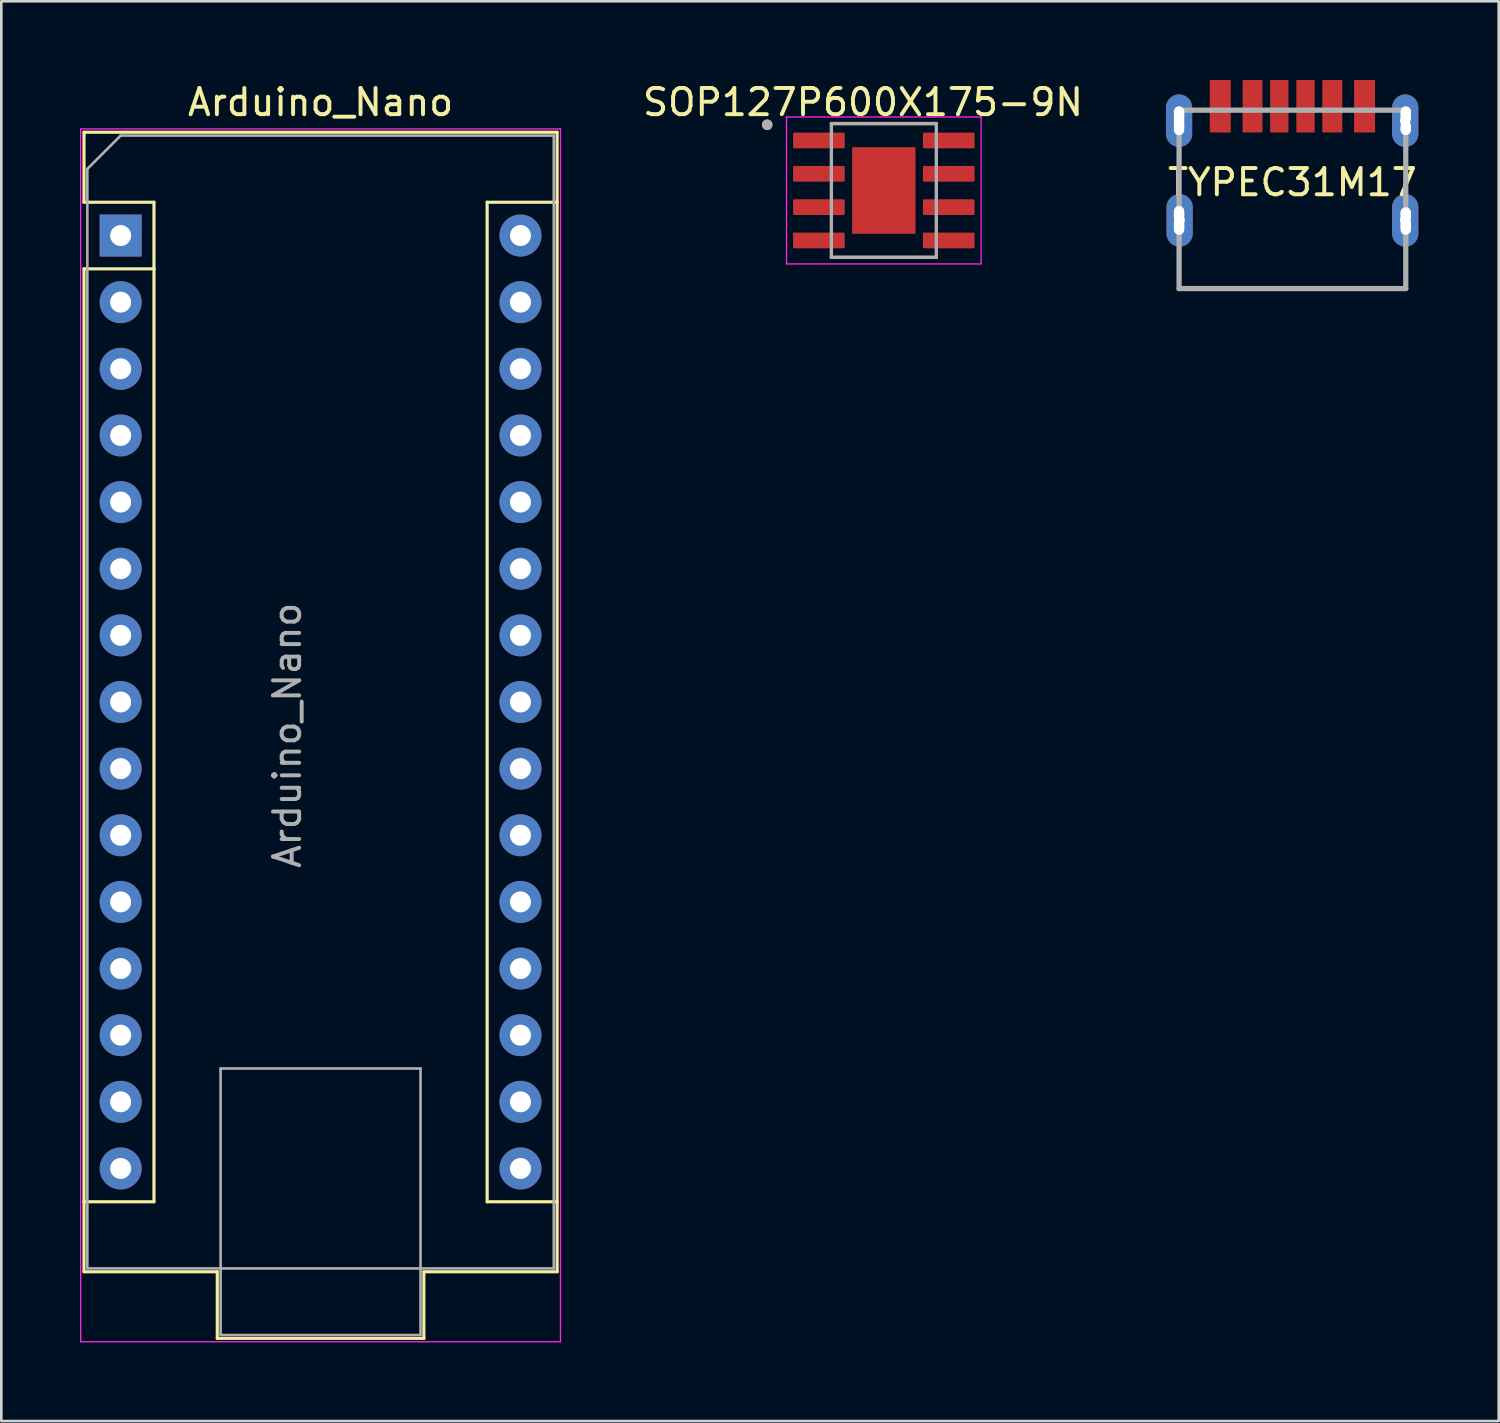
<source format=kicad_pcb>
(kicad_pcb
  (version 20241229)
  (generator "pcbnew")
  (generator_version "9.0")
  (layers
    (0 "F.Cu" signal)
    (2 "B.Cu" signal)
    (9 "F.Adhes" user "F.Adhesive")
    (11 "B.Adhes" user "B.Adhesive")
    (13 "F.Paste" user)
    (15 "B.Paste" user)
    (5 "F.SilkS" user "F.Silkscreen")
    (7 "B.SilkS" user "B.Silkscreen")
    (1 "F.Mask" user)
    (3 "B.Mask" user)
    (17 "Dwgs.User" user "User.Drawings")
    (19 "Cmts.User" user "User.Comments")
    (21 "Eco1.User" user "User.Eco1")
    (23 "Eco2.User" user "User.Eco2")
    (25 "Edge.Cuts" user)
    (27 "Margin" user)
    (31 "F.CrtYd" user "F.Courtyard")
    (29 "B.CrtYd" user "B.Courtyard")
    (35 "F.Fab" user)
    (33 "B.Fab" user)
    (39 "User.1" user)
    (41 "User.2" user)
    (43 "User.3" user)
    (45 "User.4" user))
  (footprint "SOP127P600X175-9N"
    (layer "F.Cu")
    (at 30.639 4.21)
    (property "Reference" "SOP127P600X175-9N" (at -0.795 -3.362 0) (layer "F.SilkS") (effects (font (size 1 1) (thickness 0.15))))
    (attr through_hole)
    (fp_line (start -2 -2.55) (end 2 -2.55) (stroke (width 0.127) (type solid)) (layer "F.SilkS"))
    (fp_line (start -2 2.55) (end 2 2.55) (stroke (width 0.127) (type solid)) (layer "F.SilkS"))
    (fp_circle (center -4.445 -2.505) (end -4.345 -2.505) (stroke (width 0.2) (type solid)) (fill no) (layer "F.SilkS"))
    (fp_poly (pts (xy -0.645 -0.82) (xy 0.645 -0.82) (xy 0.645 0.82) (xy -0.645 0.82)) (stroke (width 0.01) (type solid)) (fill yes) (layer "F.Paste"))
    (fp_line (start -3.71 -2.8) (end -3.71 2.8) (stroke (width 0.05) (type solid)) (layer "F.CrtYd"))
    (fp_line (start -3.71 -2.8) (end 3.71 -2.8) (stroke (width 0.05) (type solid)) (layer "F.CrtYd"))
    (fp_line (start -3.71 2.8) (end 3.71 2.8) (stroke (width 0.05) (type solid)) (layer "F.CrtYd"))
    (fp_line (start 3.71 -2.8) (end 3.71 2.8) (stroke (width 0.05) (type solid)) (layer "F.CrtYd"))
    (fp_line (start -2 -2.55) (end -2 2.55) (stroke (width 0.127) (type solid)) (layer "F.Fab"))
    (fp_line (start -2 -2.55) (end 2 -2.55) (stroke (width 0.127) (type solid)) (layer "F.Fab"))
    (fp_line (start -2 2.55) (end 2 2.55) (stroke (width 0.127) (type solid)) (layer "F.Fab"))
    (fp_line (start 2 -2.55) (end 2 2.55) (stroke (width 0.127) (type solid)) (layer "F.Fab"))
    (fp_circle (center -4.445 -2.505) (end -4.345 -2.505) (stroke (width 0.2) (type solid)) (fill no) (layer "F.Fab"))
    (pad "1" smd roundrect (at -2.475 -1.905) (size 1.97 0.6) (layers "F.Cu" "F.Mask" "F.Paste") (roundrect_rratio 0.07))
    (pad "2" smd roundrect (at -2.475 -0.635) (size 1.97 0.6) (layers "F.Cu" "F.Mask" "F.Paste") (roundrect_rratio 0.07))
    (pad "3" smd roundrect (at -2.475 0.635) (size 1.97 0.6) (layers "F.Cu" "F.Mask" "F.Paste") (roundrect_rratio 0.07))
    (pad "4" smd roundrect (at -2.475 1.905) (size 1.97 0.6) (layers "F.Cu" "F.Mask" "F.Paste") (roundrect_rratio 0.07))
    (pad "5" smd roundrect (at 2.475 1.905) (size 1.97 0.6) (layers "F.Cu" "F.Mask" "F.Paste") (roundrect_rratio 0.07))
    (pad "6" smd roundrect (at 2.475 0.635) (size 1.97 0.6) (layers "F.Cu" "F.Mask" "F.Paste") (roundrect_rratio 0.07))
    (pad "7" smd roundrect (at 2.475 -0.635) (size 1.97 0.6) (layers "F.Cu" "F.Mask" "F.Paste") (roundrect_rratio 0.07))
    (pad "8" smd roundrect (at 2.475 -1.905) (size 1.97 0.6) (layers "F.Cu" "F.Mask" "F.Paste") (roundrect_rratio 0.07))
    (pad "9" smd rect (at 0 0) (size 2.413 3.302) (layers "F.Cu" "F.Mask")))
  (footprint "Arduino_Nano"
    (layer "F.Cu")
    (at 1.549 5.928)
    (property "Reference" "Arduino_Nano" (at 7.62 -5.08 0) (layer "F.SilkS") (effects (font (size 1 1) (thickness 0.15))))
    (attr through_hole)
    (fp_line (start -1.397 -3.937) (end -1.397 -1.27) (stroke (width 0.12) (type solid)) (layer "F.SilkS"))
    (fp_line (start -1.397 1.27) (end -1.397 39.497) (stroke (width 0.12) (type solid)) (layer "F.SilkS"))
    (fp_line (start -1.397 39.497) (end 3.683 39.497) (stroke (width 0.12) (type solid)) (layer "F.SilkS"))
    (fp_line (start 1.27 -1.27) (end -1.397 -1.27) (stroke (width 0.12) (type solid)) (layer "F.SilkS"))
    (fp_line (start 1.27 1.27) (end -1.397 1.27) (stroke (width 0.12) (type solid)) (layer "F.SilkS"))
    (fp_line (start 1.27 1.27) (end 1.27 -1.27) (stroke (width 0.12) (type solid)) (layer "F.SilkS"))
    (fp_line (start 1.27 1.27) (end 1.27 36.83) (stroke (width 0.12) (type solid)) (layer "F.SilkS"))
    (fp_line (start 1.27 36.83) (end -1.4 36.83) (stroke (width 0.12) (type solid)) (layer "F.SilkS"))
    (fp_line (start 3.683 42.037) (end 3.683 39.497) (stroke (width 0.12) (type solid)) (layer "F.SilkS"))
    (fp_line (start 3.683 42.037) (end 11.557 42.037) (stroke (width 0.12) (type solid)) (layer "F.SilkS"))
    (fp_line (start 11.557 39.497) (end 16.637 39.497) (stroke (width 0.12) (type solid)) (layer "F.SilkS"))
    (fp_line (start 11.557 42.037) (end 11.557 39.497) (stroke (width 0.12) (type solid)) (layer "F.SilkS"))
    (fp_line (start 13.97 -1.27) (end 13.97 36.83) (stroke (width 0.12) (type solid)) (layer "F.SilkS"))
    (fp_line (start 13.97 -1.27) (end 16.64 -1.27) (stroke (width 0.12) (type solid)) (layer "F.SilkS"))
    (fp_line (start 13.97 36.83) (end 16.64 36.83) (stroke (width 0.12) (type solid)) (layer "F.SilkS"))
    (fp_line (start 16.637 -3.937) (end -1.397 -3.937) (stroke (width 0.12) (type solid)) (layer "F.SilkS"))
    (fp_line (start 16.637 39.497) (end 16.637 -3.937) (stroke (width 0.12) (type solid)) (layer "F.SilkS"))
    (fp_line (start -1.524 -4.064) (end -1.524 42.164) (stroke (width 0.05) (type solid)) (layer "F.CrtYd"))
    (fp_line (start -1.524 -4.064) (end 16.764 -4.064) (stroke (width 0.05) (type solid)) (layer "F.CrtYd"))
    (fp_line (start 16.764 42.164) (end -1.524 42.164) (stroke (width 0.05) (type solid)) (layer "F.CrtYd"))
    (fp_line (start 16.764 42.164) (end 16.764 -4.064) (stroke (width 0.05) (type solid)) (layer "F.CrtYd"))
    (fp_line (start -1.27 -2.54) (end 0 -3.81) (stroke (width 0.1) (type solid)) (layer "F.Fab"))
    (fp_line (start -1.27 39.37) (end -1.27 -2.54) (stroke (width 0.1) (type solid)) (layer "F.Fab"))
    (fp_line (start 0 -3.81) (end 16.51 -3.81) (stroke (width 0.1) (type solid)) (layer "F.Fab"))
    (fp_line (start 3.81 31.75) (end 11.43 31.75) (stroke (width 0.1) (type solid)) (layer "F.Fab"))
    (fp_line (start 3.81 41.91) (end 3.81 31.75) (stroke (width 0.1) (type solid)) (layer "F.Fab"))
    (fp_line (start 11.43 31.75) (end 11.43 41.91) (stroke (width 0.1) (type solid)) (layer "F.Fab"))
    (fp_line (start 11.43 41.91) (end 3.81 41.91) (stroke (width 0.1) (type solid)) (layer "F.Fab"))
    (fp_line (start 16.51 -3.81) (end 16.51 39.37) (stroke (width 0.1) (type solid)) (layer "F.Fab"))
    (fp_line (start 16.51 39.37) (end -1.27 39.37) (stroke (width 0.1) (type solid)) (layer "F.Fab"))
    (fp_text user "${REFERENCE}" (at 6.35 19.05 90) (layer "F.Fab") (effects (font (size 1 1) (thickness 0.15))))
    (pad "1" thru_hole rect (at 0 0) (size 1.6 1.6) (drill 0.8) (layers "*.Cu" "*.Mask"))
    (pad "2" thru_hole oval (at 0 2.54) (size 1.6 1.6) (drill 0.8) (layers "*.Cu" "*.Mask"))
    (pad "3" thru_hole oval (at 0 5.08) (size 1.6 1.6) (drill 0.8) (layers "*.Cu" "*.Mask"))
    (pad "4" thru_hole oval (at 0 7.62) (size 1.6 1.6) (drill 0.8) (layers "*.Cu" "*.Mask"))
    (pad "5" thru_hole oval (at 0 10.16) (size 1.6 1.6) (drill 0.8) (layers "*.Cu" "*.Mask"))
    (pad "6" thru_hole oval (at 0 12.7) (size 1.6 1.6) (drill 0.8) (layers "*.Cu" "*.Mask"))
    (pad "7" thru_hole oval (at 0 15.24) (size 1.6 1.6) (drill 0.8) (layers "*.Cu" "*.Mask"))
    (pad "8" thru_hole oval (at 0 17.78) (size 1.6 1.6) (drill 0.8) (layers "*.Cu" "*.Mask"))
    (pad "9" thru_hole oval (at 0 20.32) (size 1.6 1.6) (drill 0.8) (layers "*.Cu" "*.Mask"))
    (pad "10" thru_hole oval (at 0 22.86) (size 1.6 1.6) (drill 0.8) (layers "*.Cu" "*.Mask"))
    (pad "11" thru_hole oval (at 0 25.4) (size 1.6 1.6) (drill 0.8) (layers "*.Cu" "*.Mask"))
    (pad "12" thru_hole oval (at 0 27.94) (size 1.6 1.6) (drill 0.8) (layers "*.Cu" "*.Mask"))
    (pad "13" thru_hole oval (at 0 30.48) (size 1.6 1.6) (drill 0.8) (layers "*.Cu" "*.Mask"))
    (pad "14" thru_hole oval (at 0 33.02) (size 1.6 1.6) (drill 0.8) (layers "*.Cu" "*.Mask"))
    (pad "15" thru_hole oval (at 0 35.56) (size 1.6 1.6) (drill 0.8) (layers "*.Cu" "*.Mask"))
    (pad "16" thru_hole oval (at 15.24 35.56) (size 1.6 1.6) (drill 0.8) (layers "*.Cu" "*.Mask"))
    (pad "17" thru_hole oval (at 15.24 33.02) (size 1.6 1.6) (drill 0.8) (layers "*.Cu" "*.Mask"))
    (pad "18" thru_hole oval (at 15.24 30.48) (size 1.6 1.6) (drill 0.8) (layers "*.Cu" "*.Mask"))
    (pad "19" thru_hole oval (at 15.24 27.94) (size 1.6 1.6) (drill 0.8) (layers "*.Cu" "*.Mask"))
    (pad "20" thru_hole oval (at 15.24 25.4) (size 1.6 1.6) (drill 0.8) (layers "*.Cu" "*.Mask"))
    (pad "21" thru_hole oval (at 15.24 22.86) (size 1.6 1.6) (drill 0.8) (layers "*.Cu" "*.Mask"))
    (pad "22" thru_hole oval (at 15.24 20.32) (size 1.6 1.6) (drill 0.8) (layers "*.Cu" "*.Mask"))
    (pad "23" thru_hole oval (at 15.24 17.78) (size 1.6 1.6) (drill 0.8) (layers "*.Cu" "*.Mask"))
    (pad "24" thru_hole oval (at 15.24 15.24) (size 1.6 1.6) (drill 0.8) (layers "*.Cu" "*.Mask"))
    (pad "25" thru_hole oval (at 15.24 12.7) (size 1.6 1.6) (drill 0.8) (layers "*.Cu" "*.Mask"))
    (pad "26" thru_hole oval (at 15.24 10.16) (size 1.6 1.6) (drill 0.8) (layers "*.Cu" "*.Mask"))
    (pad "27" thru_hole oval (at 15.24 7.62) (size 1.6 1.6) (drill 0.8) (layers "*.Cu" "*.Mask"))
    (pad "28" thru_hole oval (at 15.24 5.08) (size 1.6 1.6) (drill 0.8) (layers "*.Cu" "*.Mask"))
    (pad "29" thru_hole oval (at 15.24 2.54) (size 1.6 1.6) (drill 0.8) (layers "*.Cu" "*.Mask"))
    (pad "30" thru_hole oval (at 15.24 0) (size 1.6 1.6) (drill 0.8) (layers "*.Cu" "*.Mask")))
  (footprint "TYPEC31M17"
    (layer "F.Cu")
    (at 46.213 7.95)
    (property "Reference" "TYPEC31M17" (at 0 -4.05 0) (layer "F.SilkS") (effects (font (size 1 1) (thickness 0.15))))
    (attr through_hole)
    (fp_line (start -4.32 0) (end 4.32 0) (stroke (width 0.1) (type solid)) (layer "F.SilkS"))
    (fp_line (start -4.32 -6.8) (end 4.32 -6.8) (stroke (width 0.2) (type solid)) (layer "F.Fab"))
    (fp_line (start -4.32 0) (end -4.32 -6.8) (stroke (width 0.2) (type solid)) (layer "F.Fab"))
    (fp_line (start 4.32 -6.8) (end 4.32 0) (stroke (width 0.2) (type solid)) (layer "F.Fab"))
    (fp_line (start 4.32 0) (end -4.32 0) (stroke (width 0.2) (type solid)) (layer "F.Fab"))
    (pad "" np_thru_hole circle (at -4.32 -6.75) (size 0.4 0.4) (drill 0.4) (layers "*.Cu" "*.Mask"))
    (pad "" np_thru_hole circle (at -4.32 -6.65) (size 0.4 0.4) (drill 0.4) (layers "*.Cu" "*.Mask"))
    (pad "" np_thru_hole circle (at -4.32 -6.6) (size 0.4 0.4) (drill 0.4) (layers "*.Cu" "*.Mask"))
    (pad "" np_thru_hole circle (at -4.32 -6.5) (size 0.4 0.4) (drill 0.4) (layers "*.Cu" "*.Mask"))
    (pad "" np_thru_hole circle (at -4.32 -6.3) (size 0.4 0.4) (drill 0.4) (layers "*.Cu" "*.Mask"))
    (pad "" np_thru_hole circle (at -4.32 -6.2) (size 0.4 0.4) (drill 0.4) (layers "*.Cu" "*.Mask"))
    (pad "" np_thru_hole circle (at -4.32 -6.15) (size 0.4 0.4) (drill 0.4) (layers "*.Cu" "*.Mask"))
    (pad "" np_thru_hole circle (at -4.32 -6.05) (size 0.4 0.4) (drill 0.4) (layers "*.Cu" "*.Mask"))
    (pad "" np_thru_hole circle (at -4.32 -2.95) (size 0.4 0.4) (drill 0.4) (layers "*.Cu" "*.Mask"))
    (pad "" np_thru_hole circle (at -4.32 -2.85) (size 0.4 0.4) (drill 0.4) (layers "*.Cu" "*.Mask"))
    (pad "" np_thru_hole circle (at -4.32 -2.8) (size 0.4 0.4) (drill 0.4) (layers "*.Cu" "*.Mask"))
    (pad "" np_thru_hole circle (at -4.32 -2.7) (size 0.4 0.4) (drill 0.4) (layers "*.Cu" "*.Mask"))
    (pad "" np_thru_hole circle (at -4.32 -2.5) (size 0.4 0.4) (drill 0.4) (layers "*.Cu" "*.Mask"))
    (pad "" np_thru_hole circle (at -4.32 -2.4) (size 0.4 0.4) (drill 0.4) (layers "*.Cu" "*.Mask"))
    (pad "" np_thru_hole circle (at -4.32 -2.35) (size 0.4 0.4) (drill 0.4) (layers "*.Cu" "*.Mask"))
    (pad "" np_thru_hole circle (at -4.32 -2.25) (size 0.4 0.4) (drill 0.4) (layers "*.Cu" "*.Mask"))
    (pad "" np_thru_hole circle (at 4.32 -6.75) (size 0.4 0.4) (drill 0.4) (layers "*.Cu" "*.Mask"))
    (pad "" np_thru_hole circle (at 4.32 -6.65) (size 0.4 0.4) (drill 0.4) (layers "*.Cu" "*.Mask"))
    (pad "" np_thru_hole circle (at 4.32 -6.6) (size 0.4 0.4) (drill 0.4) (layers "*.Cu" "*.Mask"))
    (pad "" np_thru_hole circle (at 4.32 -6.5) (size 0.4 0.4) (drill 0.4) (layers "*.Cu" "*.Mask"))
    (pad "" np_thru_hole circle (at 4.32 -6.2) (size 0.4 0.4) (drill 0.4) (layers "*.Cu" "*.Mask"))
    (pad "" np_thru_hole circle (at 4.32 -6.1) (size 0.4 0.4) (drill 0.4) (layers "*.Cu" "*.Mask"))
    (pad "" np_thru_hole circle (at 4.32 -6.05) (size 0.4 0.4) (drill 0.4) (layers "*.Cu" "*.Mask"))
    (pad "" np_thru_hole circle (at 4.32 -2.9) (size 0.4 0.4) (drill 0.4) (layers "*.Cu" "*.Mask"))
    (pad "" np_thru_hole circle (at 4.32 -2.85) (size 0.4 0.4) (drill 0.4) (layers "*.Cu" "*.Mask"))
    (pad "" np_thru_hole circle (at 4.32 -2.8) (size 0.4 0.4) (drill 0.4) (layers "*.Cu" "*.Mask"))
    (pad "" np_thru_hole circle (at 4.32 -2.7) (size 0.4 0.4) (drill 0.4) (layers "*.Cu" "*.Mask"))
    (pad "" np_thru_hole circle (at 4.32 -2.5) (size 0.4 0.4) (drill 0.4) (layers "*.Cu" "*.Mask"))
    (pad "" np_thru_hole circle (at 4.32 -2.4) (size 0.4 0.4) (drill 0.4) (layers "*.Cu" "*.Mask"))
    (pad "" np_thru_hole circle (at 4.32 -2.35) (size 0.4 0.4) (drill 0.4) (layers "*.Cu" "*.Mask"))
    (pad "" np_thru_hole circle (at 4.32 -2.25) (size 0.4 0.4) (drill 0.4) (layers "*.Cu" "*.Mask"))
    (pad "A5" smd rect (at -0.5 -6.95 90) (size 2 0.7) (layers "F.Cu" "F.Mask" "F.Paste"))
    (pad "A9" smd rect (at 1.52 -6.95 90) (size 2 0.76) (layers "F.Cu" "F.Mask" "F.Paste"))
    (pad "A12" smd rect (at 2.75 -6.95 90) (size 2 0.8) (layers "F.Cu" "F.Mask" "F.Paste"))
    (pad "B5" smd rect (at 0.5 -6.95 90) (size 2 0.7) (layers "F.Cu" "F.Mask" "F.Paste"))
    (pad "B9" smd rect (at -1.52 -6.95 90) (size 2 0.76) (layers "F.Cu" "F.Mask" "F.Paste"))
    (pad "B12" smd rect (at -2.75 -6.95 90) (size 2 0.8) (layers "F.Cu" "F.Mask" "F.Paste"))
    (pad "MH1" thru_hole oval (at -4.3 -2.6) (size 1 2) (drill 0.4) (layers "*.Cu" "*.Mask"))
    (pad "MH2" thru_hole oval (at 4.3 -2.6) (size 1 2) (drill 0.4) (layers "*.Cu" "*.Mask"))
    (pad "MH3" thru_hole oval (at 4.3 -6.4) (size 1 2) (drill 0.4) (layers "*.Cu" "*.Mask"))
    (pad "MH4" thru_hole oval (at -4.32 -6.4) (size 1 2) (drill 0.4) (layers "*.Cu" "*.Mask")))
  (gr_rect
    (start -3 -3)
    (end 54.076 51.117)
    (stroke (width 0.1) (type default))
    (fill no)
    (layer "Edge.Cuts")))
</source>
